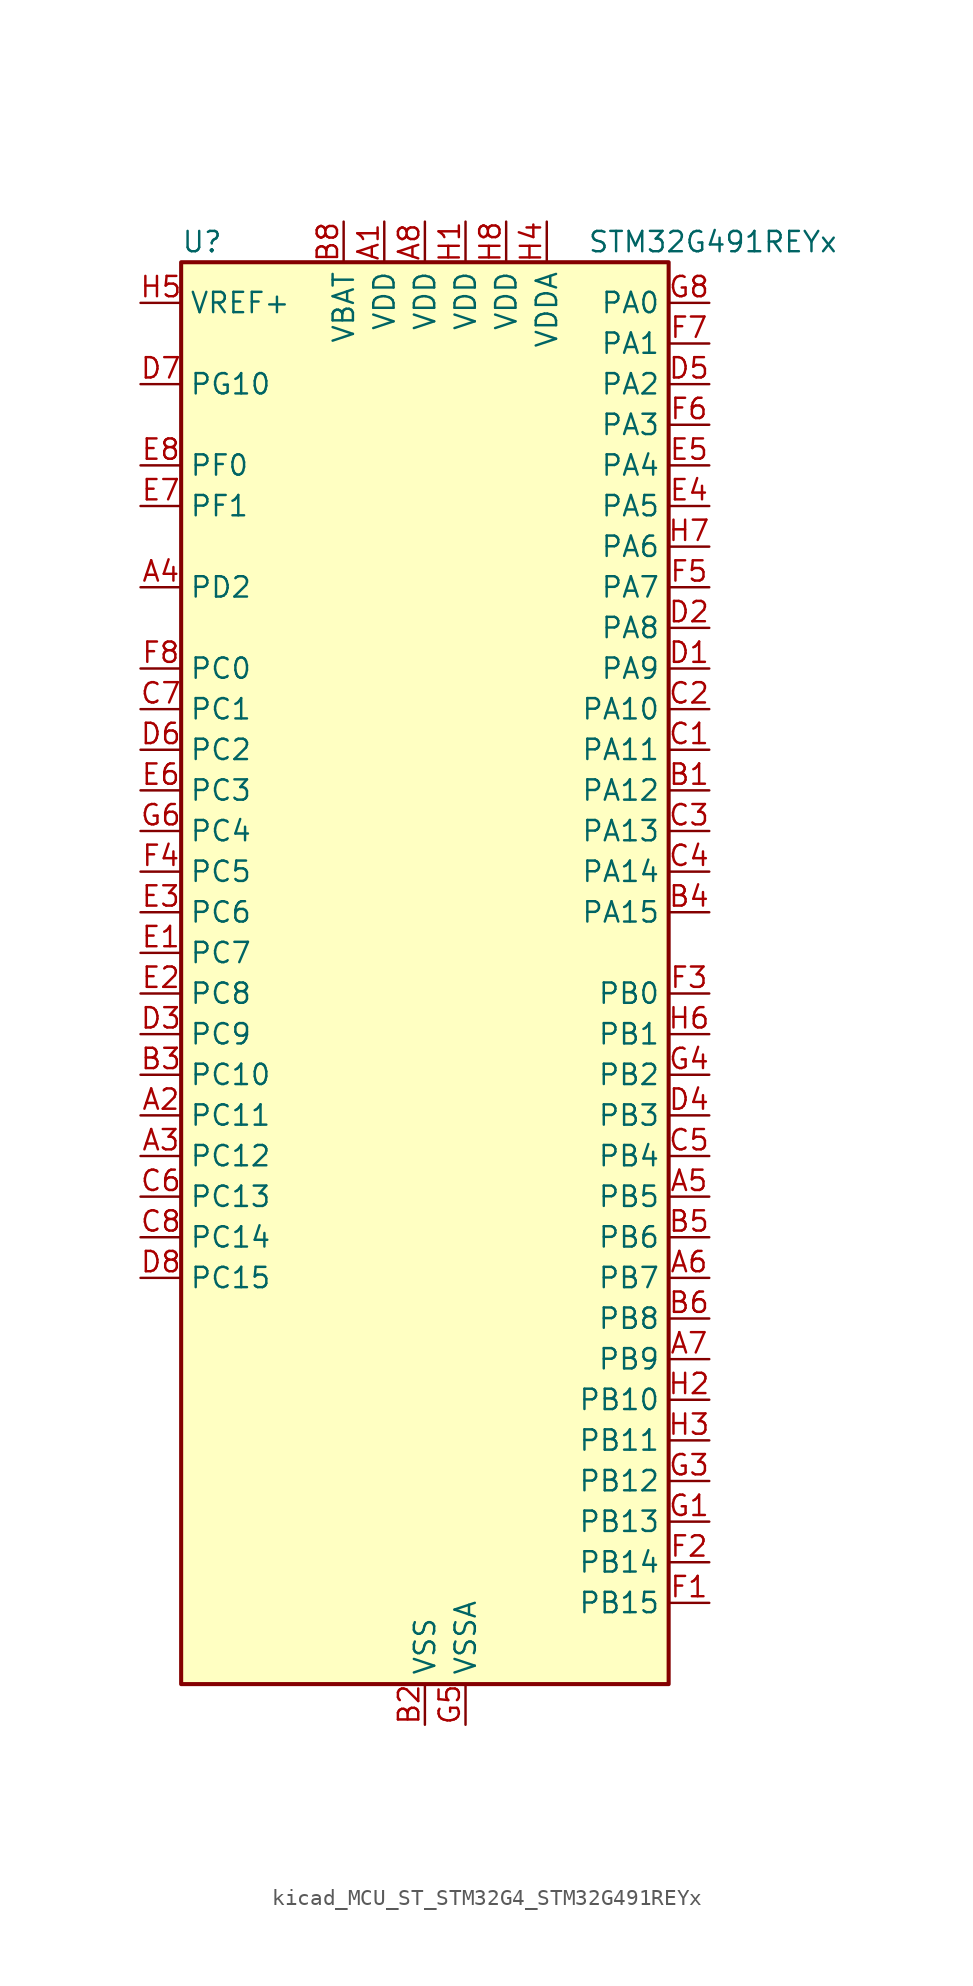
<source format=kicad_sym>
(kicad_symbol_lib
  (version 20220914)
  (generator kicad_symbol_editor)
  (symbol "kicad_MCU_ST_STM32G4_STM32G491REYx"
    (property "Reference" "U"
      (at -15.24 46.99 0)
      (effects (font (size 1.27 1.27)) (justify left)))
    (property "Value" "STM32G491REYx"
      (at 10.16 46.99 0)
      (effects (font (size 1.27 1.27)) (justify left)))
    (property "ki_locked" ""
      (at 0 0 0)
      (effects (font (size 1.27 1.27))))
    (symbol "kicad_MCU_ST_STM32G4_STM32G491REYx_0_1"
      (rectangle (start -15.24 -43.18) (end 15.24 45.72) (stroke (width 0.254) (type default)) (fill (type background))))
    (symbol "kicad_MCU_ST_STM32G4_STM32G491REYx_1_1"
      (pin power_in line (at -2.54 48.26 270) (length 2.54) (name "VDD" (effects (font (size 1.27 1.27)))) (number "A1" (effects (font (size 1.27 1.27)))))
      (pin bidirectional line (at -17.78 -7.62 0) (length 2.54) (name "PC11" (effects (font (size 1.27 1.27)))) (number "A2" (effects (font (size 1.27 1.27)))) (alternate "ADC1_EXTI11" bidirectional line) (alternate "ADC2_EXTI11" bidirectional line) (alternate "I2C3_SDA" bidirectional line) (alternate "SPI3_MISO" bidirectional line) (alternate "TIM8_CH2N" bidirectional line) (alternate "UART4_RX" bidirectional line) (alternate "USART3_RX" bidirectional line))
      (pin bidirectional line (at -17.78 -10.16 0) (length 2.54) (name "PC12" (effects (font (size 1.27 1.27)))) (number "A3" (effects (font (size 1.27 1.27)))) (alternate "I2S3_SD" bidirectional line) (alternate "SPI3_MOSI" bidirectional line) (alternate "TIM8_CH3N" bidirectional line) (alternate "UART5_TX" bidirectional line) (alternate "UCPD1_FRSTX1" bidirectional line) (alternate "UCPD1_FRSTX2" bidirectional line) (alternate "USART3_CK" bidirectional line))
      (pin bidirectional line (at -17.78 25.4 0) (length 2.54) (name "PD2" (effects (font (size 1.27 1.27)))) (number "A4" (effects (font (size 1.27 1.27)))) (alternate "ADC3_EXTI2" bidirectional line) (alternate "TIM3_ETR" bidirectional line) (alternate "TIM8_BKIN" bidirectional line) (alternate "UART5_RX" bidirectional line))
      (pin bidirectional line (at 17.78 -12.7 180) (length 2.54) (name "PB5" (effects (font (size 1.27 1.27)))) (number "A5" (effects (font (size 1.27 1.27)))) (alternate "FDCAN2_RX" bidirectional line) (alternate "I2C1_SMBA" bidirectional line) (alternate "I2C3_SDA" bidirectional line) (alternate "I2S3_SD" bidirectional line) (alternate "LPTIM1_IN1" bidirectional line) (alternate "SAI1_SD_B" bidirectional line) (alternate "SPI1_MOSI" bidirectional line) (alternate "SPI3_MOSI" bidirectional line) (alternate "TIM16_BKIN" bidirectional line) (alternate "TIM17_CH1" bidirectional line) (alternate "TIM3_CH2" bidirectional line) (alternate "TIM8_CH3N" bidirectional line) (alternate "UART5_CTS" bidirectional line) (alternate "USART2_CK" bidirectional line))
      (pin bidirectional line (at 17.78 -17.78 180) (length 2.54) (name "PB7" (effects (font (size 1.27 1.27)))) (number "A6" (effects (font (size 1.27 1.27)))) (alternate "COMP3_OUT" bidirectional line) (alternate "I2C1_SDA" bidirectional line) (alternate "LPTIM1_IN2" bidirectional line) (alternate "SYS_PVD_IN" bidirectional line) (alternate "TIM17_CH1N" bidirectional line) (alternate "TIM3_CH4" bidirectional line) (alternate "TIM4_CH2" bidirectional line) (alternate "TIM8_BKIN" bidirectional line) (alternate "UART4_CTS" bidirectional line) (alternate "USART1_RX" bidirectional line))
      (pin bidirectional line (at 17.78 -22.86 180) (length 2.54) (name "PB9" (effects (font (size 1.27 1.27)))) (number "A7" (effects (font (size 1.27 1.27)))) (alternate "COMP2_OUT" bidirectional line) (alternate "DAC1_EXTI9" bidirectional line) (alternate "DAC3_EXTI9" bidirectional line) (alternate "FDCAN1_TX" bidirectional line) (alternate "I2C1_SDA" bidirectional line) (alternate "IR_OUT" bidirectional line) (alternate "SAI1_D2" bidirectional line) (alternate "SAI1_FS_A" bidirectional line) (alternate "TIM17_CH1" bidirectional line) (alternate "TIM1_CH3N" bidirectional line) (alternate "TIM4_CH4" bidirectional line) (alternate "TIM8_CH3" bidirectional line) (alternate "USART3_TX" bidirectional line))
      (pin power_in line (at 0 48.26 270) (length 2.54) (name "VDD" (effects (font (size 1.27 1.27)))) (number "A8" (effects (font (size 1.27 1.27)))))
      (pin bidirectional line (at 17.78 12.7 180) (length 2.54) (name "PA12" (effects (font (size 1.27 1.27)))) (number "B1" (effects (font (size 1.27 1.27)))) (alternate "COMP2_OUT" bidirectional line) (alternate "FDCAN1_TX" bidirectional line) (alternate "I2S_CKIN" bidirectional line) (alternate "TIM16_CH1" bidirectional line) (alternate "TIM1_CH2N" bidirectional line) (alternate "TIM1_ETR" bidirectional line) (alternate "TIM4_CH2" bidirectional line) (alternate "USART1_DE" bidirectional line) (alternate "USART1_RTS" bidirectional line) (alternate "USB_DP" bidirectional line))
      (pin power_in line (at 0 -45.72 90) (length 2.54) (name "VSS" (effects (font (size 1.27 1.27)))) (number "B2" (effects (font (size 1.27 1.27)))))
      (pin bidirectional line (at -17.78 -5.08 0) (length 2.54) (name "PC10" (effects (font (size 1.27 1.27)))) (number "B3" (effects (font (size 1.27 1.27)))) (alternate "DAC1_EXTI10" bidirectional line) (alternate "DAC3_EXTI10" bidirectional line) (alternate "I2S3_CK" bidirectional line) (alternate "SPI3_SCK" bidirectional line) (alternate "TIM8_CH1N" bidirectional line) (alternate "UART4_TX" bidirectional line) (alternate "USART3_TX" bidirectional line))
      (pin bidirectional line (at 17.78 5.08 180) (length 2.54) (name "PA15" (effects (font (size 1.27 1.27)))) (number "B4" (effects (font (size 1.27 1.27)))) (alternate "ADC1_EXTI15" bidirectional line) (alternate "ADC2_EXTI15" bidirectional line) (alternate "I2C1_SCL" bidirectional line) (alternate "I2S3_WS" bidirectional line) (alternate "SPI1_NSS" bidirectional line) (alternate "SPI3_NSS" bidirectional line) (alternate "SYS_JTDI" bidirectional line) (alternate "TIM1_BKIN" bidirectional line) (alternate "TIM20_ETR" bidirectional line) (alternate "TIM2_CH1" bidirectional line) (alternate "TIM2_ETR" bidirectional line) (alternate "TIM8_CH1" bidirectional line) (alternate "UART4_DE" bidirectional line) (alternate "UART4_RTS" bidirectional line) (alternate "USART2_RX" bidirectional line))
      (pin bidirectional line (at 17.78 -15.24 180) (length 2.54) (name "PB6" (effects (font (size 1.27 1.27)))) (number "B5" (effects (font (size 1.27 1.27)))) (alternate "COMP4_OUT" bidirectional line) (alternate "FDCAN2_TX" bidirectional line) (alternate "LPTIM1_ETR" bidirectional line) (alternate "SAI1_FS_B" bidirectional line) (alternate "TIM16_CH1N" bidirectional line) (alternate "TIM4_CH1" bidirectional line) (alternate "TIM8_BKIN2" bidirectional line) (alternate "TIM8_CH1" bidirectional line) (alternate "TIM8_ETR" bidirectional line) (alternate "UCPD1_CC1" bidirectional line) (alternate "USART1_TX" bidirectional line))
      (pin bidirectional line (at 17.78 -20.32 180) (length 2.54) (name "PB8" (effects (font (size 1.27 1.27)))) (number "B6" (effects (font (size 1.27 1.27)))) (alternate "COMP1_OUT" bidirectional line) (alternate "FDCAN1_RX" bidirectional line) (alternate "I2C1_SCL" bidirectional line) (alternate "SAI1_CK1" bidirectional line) (alternate "SAI1_MCLK_A" bidirectional line) (alternate "TIM16_CH1" bidirectional line) (alternate "TIM1_BKIN" bidirectional line) (alternate "TIM4_CH3" bidirectional line) (alternate "TIM8_CH2" bidirectional line) (alternate "USART3_RX" bidirectional line))
      (pin passive line (at 0 -45.72 90) (length 2.54) hide (name "VSS" (effects (font (size 1.27 1.27)))) (number "B7" (effects (font (size 1.27 1.27)))))
      (pin power_in line (at -5.08 48.26 270) (length 2.54) (name "VBAT" (effects (font (size 1.27 1.27)))) (number "B8" (effects (font (size 1.27 1.27)))))
      (pin bidirectional line (at 17.78 15.24 180) (length 2.54) (name "PA11" (effects (font (size 1.27 1.27)))) (number "C1" (effects (font (size 1.27 1.27)))) (alternate "ADC1_EXTI11" bidirectional line) (alternate "ADC2_EXTI11" bidirectional line) (alternate "COMP1_OUT" bidirectional line) (alternate "FDCAN1_RX" bidirectional line) (alternate "I2S2_SD" bidirectional line) (alternate "SPI2_MOSI" bidirectional line) (alternate "TIM1_BKIN2" bidirectional line) (alternate "TIM1_CH1N" bidirectional line) (alternate "TIM1_CH4" bidirectional line) (alternate "TIM4_CH1" bidirectional line) (alternate "USART1_CTS" bidirectional line) (alternate "USART1_NSS" bidirectional line) (alternate "USB_DM" bidirectional line))
      (pin bidirectional line (at 17.78 17.78 180) (length 2.54) (name "PA10" (effects (font (size 1.27 1.27)))) (number "C2" (effects (font (size 1.27 1.27)))) (alternate "CRS_SYNC" bidirectional line) (alternate "DAC1_EXTI10" bidirectional line) (alternate "DAC3_EXTI10" bidirectional line) (alternate "I2C2_SMBA" bidirectional line) (alternate "SAI1_D1" bidirectional line) (alternate "SAI1_SD_A" bidirectional line) (alternate "SPI2_MISO" bidirectional line) (alternate "TIM17_BKIN" bidirectional line) (alternate "TIM1_CH3" bidirectional line) (alternate "TIM2_CH4" bidirectional line) (alternate "TIM8_BKIN" bidirectional line) (alternate "UCPD1_DBCC2" bidirectional line) (alternate "USART1_RX" bidirectional line))
      (pin bidirectional line (at 17.78 10.16 180) (length 2.54) (name "PA13" (effects (font (size 1.27 1.27)))) (number "C3" (effects (font (size 1.27 1.27)))) (alternate "I2C1_SCL" bidirectional line) (alternate "IR_OUT" bidirectional line) (alternate "SAI1_SD_B" bidirectional line) (alternate "SYS_JTMS-SWDIO" bidirectional line) (alternate "TIM16_CH1N" bidirectional line) (alternate "TIM4_CH3" bidirectional line) (alternate "USART3_CTS" bidirectional line) (alternate "USART3_NSS" bidirectional line))
      (pin bidirectional line (at 17.78 7.62 180) (length 2.54) (name "PA14" (effects (font (size 1.27 1.27)))) (number "C4" (effects (font (size 1.27 1.27)))) (alternate "I2C1_SDA" bidirectional line) (alternate "LPTIM1_OUT" bidirectional line) (alternate "SAI1_FS_B" bidirectional line) (alternate "SYS_JTCK-SWCLK" bidirectional line) (alternate "TIM1_BKIN" bidirectional line) (alternate "TIM8_CH2" bidirectional line) (alternate "USART2_TX" bidirectional line))
      (pin bidirectional line (at 17.78 -10.16 180) (length 2.54) (name "PB4" (effects (font (size 1.27 1.27)))) (number "C5" (effects (font (size 1.27 1.27)))) (alternate "SAI1_MCLK_B" bidirectional line) (alternate "SPI1_MISO" bidirectional line) (alternate "SPI3_MISO" bidirectional line) (alternate "SYS_JTRST" bidirectional line) (alternate "TIM16_CH1" bidirectional line) (alternate "TIM17_BKIN" bidirectional line) (alternate "TIM3_CH1" bidirectional line) (alternate "TIM8_CH2N" bidirectional line) (alternate "UART5_DE" bidirectional line) (alternate "UART5_RTS" bidirectional line) (alternate "UCPD1_CC2" bidirectional line) (alternate "USART2_RX" bidirectional line))
      (pin bidirectional line (at -17.78 -12.7 0) (length 2.54) (name "PC13" (effects (font (size 1.27 1.27)))) (number "C6" (effects (font (size 1.27 1.27)))) (alternate "RTC_OUT1" bidirectional line) (alternate "RTC_TAMP1" bidirectional line) (alternate "RTC_TS" bidirectional line) (alternate "SYS_WKUP2" bidirectional line) (alternate "TIM1_BKIN" bidirectional line) (alternate "TIM1_CH1N" bidirectional line) (alternate "TIM8_CH4N" bidirectional line))
      (pin bidirectional line (at -17.78 17.78 0) (length 2.54) (name "PC1" (effects (font (size 1.27 1.27)))) (number "C7" (effects (font (size 1.27 1.27)))) (alternate "ADC1_IN7" bidirectional line) (alternate "ADC2_IN7" bidirectional line) (alternate "COMP3_INP" bidirectional line) (alternate "LPTIM1_OUT" bidirectional line) (alternate "LPUART1_TX" bidirectional line) (alternate "QUADSPI1_BK2_IO0" bidirectional line) (alternate "SAI1_SD_A" bidirectional line) (alternate "TIM1_CH2" bidirectional line))
      (pin bidirectional line (at -17.78 -15.24 0) (length 2.54) (name "PC14" (effects (font (size 1.27 1.27)))) (number "C8" (effects (font (size 1.27 1.27)))) (alternate "RCC_OSC32_IN" bidirectional line))
      (pin bidirectional line (at 17.78 20.32 180) (length 2.54) (name "PA9" (effects (font (size 1.27 1.27)))) (number "D1" (effects (font (size 1.27 1.27)))) (alternate "DAC1_EXTI9" bidirectional line) (alternate "DAC3_EXTI9" bidirectional line) (alternate "I2C2_SCL" bidirectional line) (alternate "I2C3_SMBA" bidirectional line) (alternate "I2S3_MCK" bidirectional line) (alternate "SAI1_FS_A" bidirectional line) (alternate "TIM15_BKIN" bidirectional line) (alternate "TIM1_CH2" bidirectional line) (alternate "TIM2_CH3" bidirectional line) (alternate "UCPD1_DBCC1" bidirectional line) (alternate "USART1_TX" bidirectional line))
      (pin bidirectional line (at 17.78 22.86 180) (length 2.54) (name "PA8" (effects (font (size 1.27 1.27)))) (number "D2" (effects (font (size 1.27 1.27)))) (alternate "I2C2_SDA" bidirectional line) (alternate "I2C3_SCL" bidirectional line) (alternate "I2S2_MCK" bidirectional line) (alternate "RCC_MCO" bidirectional line) (alternate "SAI1_CK2" bidirectional line) (alternate "SAI1_SCK_A" bidirectional line) (alternate "TIM1_CH1" bidirectional line) (alternate "TIM4_ETR" bidirectional line) (alternate "USART1_CK" bidirectional line))
      (pin bidirectional line (at -17.78 -2.54 0) (length 2.54) (name "PC9" (effects (font (size 1.27 1.27)))) (number "D3" (effects (font (size 1.27 1.27)))) (alternate "DAC1_EXTI9" bidirectional line) (alternate "DAC3_EXTI9" bidirectional line) (alternate "I2C3_SDA" bidirectional line) (alternate "I2S_CKIN" bidirectional line) (alternate "TIM3_CH4" bidirectional line) (alternate "TIM8_BKIN2" bidirectional line) (alternate "TIM8_CH4" bidirectional line))
      (pin bidirectional line (at 17.78 -7.62 180) (length 2.54) (name "PB3" (effects (font (size 1.27 1.27)))) (number "D4" (effects (font (size 1.27 1.27)))) (alternate "ADC3_EXTI3" bidirectional line) (alternate "CRS_SYNC" bidirectional line) (alternate "I2S3_CK" bidirectional line) (alternate "SAI1_SCK_B" bidirectional line) (alternate "SPI1_SCK" bidirectional line) (alternate "SPI3_SCK" bidirectional line) (alternate "SYS_JTDO-SWO" bidirectional line) (alternate "TIM2_CH2" bidirectional line) (alternate "TIM3_ETR" bidirectional line) (alternate "TIM4_ETR" bidirectional line) (alternate "TIM8_CH1N" bidirectional line) (alternate "USART2_TX" bidirectional line))
      (pin bidirectional line (at 17.78 38.1 180) (length 2.54) (name "PA2" (effects (font (size 1.27 1.27)))) (number "D5" (effects (font (size 1.27 1.27)))) (alternate "ADC1_IN3" bidirectional line) (alternate "ADC3_EXTI2" bidirectional line) (alternate "COMP2_INM" bidirectional line) (alternate "COMP2_OUT" bidirectional line) (alternate "LPUART1_TX" bidirectional line) (alternate "OPAMP1_VOUT" bidirectional line) (alternate "QUADSPI1_BK1_NCS" bidirectional line) (alternate "RCC_LSCO" bidirectional line) (alternate "SYS_WKUP4" bidirectional line) (alternate "TIM15_CH1" bidirectional line) (alternate "TIM2_CH3" bidirectional line) (alternate "UCPD1_FRSTX1" bidirectional line) (alternate "UCPD1_FRSTX2" bidirectional line) (alternate "USART2_TX" bidirectional line))
      (pin bidirectional line (at -17.78 15.24 0) (length 2.54) (name "PC2" (effects (font (size 1.27 1.27)))) (number "D6" (effects (font (size 1.27 1.27)))) (alternate "ADC1_IN8" bidirectional line) (alternate "ADC2_IN8" bidirectional line) (alternate "ADC3_EXTI2" bidirectional line) (alternate "COMP3_OUT" bidirectional line) (alternate "LPTIM1_IN2" bidirectional line) (alternate "QUADSPI1_BK2_IO1" bidirectional line) (alternate "TIM1_CH3" bidirectional line) (alternate "TIM20_CH2" bidirectional line))
      (pin bidirectional line (at -17.78 38.1 0) (length 2.54) (name "PG10" (effects (font (size 1.27 1.27)))) (number "D7" (effects (font (size 1.27 1.27)))) (alternate "DAC1_EXTI10" bidirectional line) (alternate "DAC3_EXTI10" bidirectional line) (alternate "RCC_MCO" bidirectional line))
      (pin bidirectional line (at -17.78 -17.78 0) (length 2.54) (name "PC15" (effects (font (size 1.27 1.27)))) (number "D8" (effects (font (size 1.27 1.27)))) (alternate "ADC1_EXTI15" bidirectional line) (alternate "ADC2_EXTI15" bidirectional line) (alternate "RCC_OSC32_OUT" bidirectional line))
      (pin bidirectional line (at -17.78 2.54 0) (length 2.54) (name "PC7" (effects (font (size 1.27 1.27)))) (number "E1" (effects (font (size 1.27 1.27)))) (alternate "I2S3_MCK" bidirectional line) (alternate "TIM3_CH2" bidirectional line) (alternate "TIM8_CH2" bidirectional line))
      (pin bidirectional line (at -17.78 0 0) (length 2.54) (name "PC8" (effects (font (size 1.27 1.27)))) (number "E2" (effects (font (size 1.27 1.27)))) (alternate "I2C3_SCL" bidirectional line) (alternate "TIM20_CH3" bidirectional line) (alternate "TIM3_CH3" bidirectional line) (alternate "TIM8_CH3" bidirectional line))
      (pin bidirectional line (at -17.78 5.08 0) (length 2.54) (name "PC6" (effects (font (size 1.27 1.27)))) (number "E3" (effects (font (size 1.27 1.27)))) (alternate "I2S2_MCK" bidirectional line) (alternate "TIM3_CH1" bidirectional line) (alternate "TIM8_CH1" bidirectional line))
      (pin bidirectional line (at 17.78 30.48 180) (length 2.54) (name "PA5" (effects (font (size 1.27 1.27)))) (number "E4" (effects (font (size 1.27 1.27)))) (alternate "ADC2_IN13" bidirectional line) (alternate "COMP2_INM" bidirectional line) (alternate "DAC1_OUT2" bidirectional line) (alternate "OPAMP2_VINM" bidirectional line) (alternate "OPAMP2_VINM0" bidirectional line) (alternate "OPAMP2_VINM_SEC" bidirectional line) (alternate "SPI1_SCK" bidirectional line) (alternate "TIM2_CH1" bidirectional line) (alternate "TIM2_ETR" bidirectional line) (alternate "UCPD1_FRSTX1" bidirectional line) (alternate "UCPD1_FRSTX2" bidirectional line))
      (pin bidirectional line (at 17.78 33.02 180) (length 2.54) (name "PA4" (effects (font (size 1.27 1.27)))) (number "E5" (effects (font (size 1.27 1.27)))) (alternate "ADC2_IN17" bidirectional line) (alternate "COMP1_INM" bidirectional line) (alternate "DAC1_OUT1" bidirectional line) (alternate "I2S3_WS" bidirectional line) (alternate "SAI1_FS_B" bidirectional line) (alternate "SPI1_NSS" bidirectional line) (alternate "SPI3_NSS" bidirectional line) (alternate "TIM3_CH2" bidirectional line) (alternate "USART2_CK" bidirectional line))
      (pin bidirectional line (at -17.78 12.7 0) (length 2.54) (name "PC3" (effects (font (size 1.27 1.27)))) (number "E6" (effects (font (size 1.27 1.27)))) (alternate "ADC1_IN9" bidirectional line) (alternate "ADC2_IN9" bidirectional line) (alternate "ADC3_EXTI3" bidirectional line) (alternate "LPTIM1_ETR" bidirectional line) (alternate "QUADSPI1_BK2_IO2" bidirectional line) (alternate "SAI1_D1" bidirectional line) (alternate "SAI1_SD_A" bidirectional line) (alternate "TIM1_BKIN2" bidirectional line) (alternate "TIM1_CH4" bidirectional line))
      (pin bidirectional line (at -17.78 30.48 0) (length 2.54) (name "PF1" (effects (font (size 1.27 1.27)))) (number "E7" (effects (font (size 1.27 1.27)))) (alternate "ADC2_IN10" bidirectional line) (alternate "COMP3_INM" bidirectional line) (alternate "I2S2_CK" bidirectional line) (alternate "RCC_OSC_OUT" bidirectional line) (alternate "SPI2_SCK" bidirectional line))
      (pin bidirectional line (at -17.78 33.02 0) (length 2.54) (name "PF0" (effects (font (size 1.27 1.27)))) (number "E8" (effects (font (size 1.27 1.27)))) (alternate "ADC1_IN10" bidirectional line) (alternate "I2C2_SDA" bidirectional line) (alternate "I2S2_WS" bidirectional line) (alternate "RCC_OSC_IN" bidirectional line) (alternate "SPI2_NSS" bidirectional line) (alternate "TIM1_CH3N" bidirectional line))
      (pin bidirectional line (at 17.78 -38.1 180) (length 2.54) (name "PB15" (effects (font (size 1.27 1.27)))) (number "F1" (effects (font (size 1.27 1.27)))) (alternate "ADC1_EXTI15" bidirectional line) (alternate "ADC2_EXTI15" bidirectional line) (alternate "ADC2_IN15" bidirectional line) (alternate "COMP3_OUT" bidirectional line) (alternate "I2S2_SD" bidirectional line) (alternate "RTC_REFIN" bidirectional line) (alternate "SPI2_MOSI" bidirectional line) (alternate "TIM15_CH1N" bidirectional line) (alternate "TIM15_CH2" bidirectional line) (alternate "TIM1_CH3N" bidirectional line))
      (pin bidirectional line (at 17.78 -35.56 180) (length 2.54) (name "PB14" (effects (font (size 1.27 1.27)))) (number "F2" (effects (font (size 1.27 1.27)))) (alternate "ADC1_IN5" bidirectional line) (alternate "COMP4_OUT" bidirectional line) (alternate "OPAMP2_VINP" bidirectional line) (alternate "OPAMP2_VINP_SEC" bidirectional line) (alternate "SPI2_MISO" bidirectional line) (alternate "TIM15_CH1" bidirectional line) (alternate "TIM1_CH2N" bidirectional line) (alternate "USART3_DE" bidirectional line) (alternate "USART3_RTS" bidirectional line))
      (pin bidirectional line (at 17.78 0 180) (length 2.54) (name "PB0" (effects (font (size 1.27 1.27)))) (number "F3" (effects (font (size 1.27 1.27)))) (alternate "ADC1_IN15" bidirectional line) (alternate "ADC3_IN12" bidirectional line) (alternate "COMP4_INP" bidirectional line) (alternate "OPAMP2_VINP" bidirectional line) (alternate "OPAMP2_VINP_SEC" bidirectional line) (alternate "OPAMP3_VINP" bidirectional line) (alternate "OPAMP3_VINP_SEC" bidirectional line) (alternate "QUADSPI1_BK1_IO1" bidirectional line) (alternate "TIM1_CH2N" bidirectional line) (alternate "TIM3_CH3" bidirectional line) (alternate "TIM8_CH2N" bidirectional line) (alternate "UCPD1_FRSTX1" bidirectional line) (alternate "UCPD1_FRSTX2" bidirectional line))
      (pin bidirectional line (at -17.78 7.62 0) (length 2.54) (name "PC5" (effects (font (size 1.27 1.27)))) (number "F4" (effects (font (size 1.27 1.27)))) (alternate "ADC2_IN11" bidirectional line) (alternate "OPAMP1_VINM" bidirectional line) (alternate "OPAMP1_VINM1" bidirectional line) (alternate "OPAMP1_VINM_SEC" bidirectional line) (alternate "OPAMP2_VINM" bidirectional line) (alternate "OPAMP2_VINM1" bidirectional line) (alternate "OPAMP2_VINM_SEC" bidirectional line) (alternate "SAI1_D3" bidirectional line) (alternate "SYS_WKUP5" bidirectional line) (alternate "TIM15_BKIN" bidirectional line) (alternate "TIM1_CH4N" bidirectional line) (alternate "USART1_RX" bidirectional line))
      (pin bidirectional line (at 17.78 25.4 180) (length 2.54) (name "PA7" (effects (font (size 1.27 1.27)))) (number "F5" (effects (font (size 1.27 1.27)))) (alternate "ADC2_IN4" bidirectional line) (alternate "COMP2_INP" bidirectional line) (alternate "COMP2_OUT" bidirectional line) (alternate "OPAMP1_VINP" bidirectional line) (alternate "OPAMP1_VINP_SEC" bidirectional line) (alternate "OPAMP2_VINP" bidirectional line) (alternate "OPAMP2_VINP_SEC" bidirectional line) (alternate "QUADSPI1_BK1_IO2" bidirectional line) (alternate "SPI1_MOSI" bidirectional line) (alternate "TIM17_CH1" bidirectional line) (alternate "TIM1_CH1N" bidirectional line) (alternate "TIM3_CH2" bidirectional line) (alternate "TIM8_CH1N" bidirectional line) (alternate "UCPD1_FRSTX1" bidirectional line) (alternate "UCPD1_FRSTX2" bidirectional line))
      (pin bidirectional line (at 17.78 35.56 180) (length 2.54) (name "PA3" (effects (font (size 1.27 1.27)))) (number "F6" (effects (font (size 1.27 1.27)))) (alternate "ADC1_IN4" bidirectional line) (alternate "ADC3_EXTI3" bidirectional line) (alternate "COMP2_INP" bidirectional line) (alternate "LPUART1_RX" bidirectional line) (alternate "OPAMP1_VINM" bidirectional line) (alternate "OPAMP1_VINM0" bidirectional line) (alternate "OPAMP1_VINM_SEC" bidirectional line) (alternate "OPAMP1_VINP" bidirectional line) (alternate "OPAMP1_VINP_SEC" bidirectional line) (alternate "QUADSPI1_CLK" bidirectional line) (alternate "SAI1_CK1" bidirectional line) (alternate "SAI1_MCLK_A" bidirectional line) (alternate "TIM15_CH2" bidirectional line) (alternate "TIM2_CH4" bidirectional line) (alternate "USART2_RX" bidirectional line))
      (pin bidirectional line (at 17.78 40.64 180) (length 2.54) (name "PA1" (effects (font (size 1.27 1.27)))) (number "F7" (effects (font (size 1.27 1.27)))) (alternate "ADC1_IN2" bidirectional line) (alternate "ADC2_IN2" bidirectional line) (alternate "COMP1_INP" bidirectional line) (alternate "OPAMP1_VINP" bidirectional line) (alternate "OPAMP1_VINP_SEC" bidirectional line) (alternate "OPAMP3_VINP" bidirectional line) (alternate "OPAMP3_VINP_SEC" bidirectional line) (alternate "OPAMP6_VINM" bidirectional line) (alternate "OPAMP6_VINM0" bidirectional line) (alternate "OPAMP6_VINM_SEC" bidirectional line) (alternate "RTC_REFIN" bidirectional line) (alternate "TIM15_CH1N" bidirectional line) (alternate "TIM2_CH2" bidirectional line) (alternate "USART2_DE" bidirectional line) (alternate "USART2_RTS" bidirectional line))
      (pin bidirectional line (at -17.78 20.32 0) (length 2.54) (name "PC0" (effects (font (size 1.27 1.27)))) (number "F8" (effects (font (size 1.27 1.27)))) (alternate "ADC1_IN6" bidirectional line) (alternate "ADC2_IN6" bidirectional line) (alternate "COMP3_INM" bidirectional line) (alternate "LPTIM1_IN1" bidirectional line) (alternate "LPUART1_RX" bidirectional line) (alternate "TIM1_CH1" bidirectional line))
      (pin bidirectional line (at 17.78 -33.02 180) (length 2.54) (name "PB13" (effects (font (size 1.27 1.27)))) (number "G1" (effects (font (size 1.27 1.27)))) (alternate "ADC3_IN5" bidirectional line) (alternate "FDCAN2_TX" bidirectional line) (alternate "I2S2_CK" bidirectional line) (alternate "LPUART1_CTS" bidirectional line) (alternate "OPAMP3_VINP" bidirectional line) (alternate "OPAMP3_VINP_SEC" bidirectional line) (alternate "OPAMP6_VINP" bidirectional line) (alternate "OPAMP6_VINP_SEC" bidirectional line) (alternate "SPI2_SCK" bidirectional line) (alternate "TIM1_CH1N" bidirectional line) (alternate "USART3_CTS" bidirectional line) (alternate "USART3_NSS" bidirectional line))
      (pin passive line (at 0 -45.72 90) (length 2.54) hide (name "VSS" (effects (font (size 1.27 1.27)))) (number "G2" (effects (font (size 1.27 1.27)))))
      (pin bidirectional line (at 17.78 -30.48 180) (length 2.54) (name "PB12" (effects (font (size 1.27 1.27)))) (number "G3" (effects (font (size 1.27 1.27)))) (alternate "ADC1_IN11" bidirectional line) (alternate "FDCAN2_RX" bidirectional line) (alternate "I2C2_SMBA" bidirectional line) (alternate "I2S2_WS" bidirectional line) (alternate "LPUART1_DE" bidirectional line) (alternate "LPUART1_RTS" bidirectional line) (alternate "OPAMP6_VINP" bidirectional line) (alternate "OPAMP6_VINP_SEC" bidirectional line) (alternate "SPI2_NSS" bidirectional line) (alternate "TIM1_BKIN" bidirectional line) (alternate "USART3_CK" bidirectional line))
      (pin bidirectional line (at 17.78 -5.08 180) (length 2.54) (name "PB2" (effects (font (size 1.27 1.27)))) (number "G4" (effects (font (size 1.27 1.27)))) (alternate "ADC2_IN12" bidirectional line) (alternate "ADC3_EXTI2" bidirectional line) (alternate "COMP4_INM" bidirectional line) (alternate "I2C3_SMBA" bidirectional line) (alternate "LPTIM1_OUT" bidirectional line) (alternate "OPAMP3_VINM" bidirectional line) (alternate "OPAMP3_VINM0" bidirectional line) (alternate "OPAMP3_VINM_SEC" bidirectional line) (alternate "QUADSPI1_BK2_IO1" bidirectional line) (alternate "RTC_OUT2" bidirectional line) (alternate "TIM20_CH1" bidirectional line))
      (pin power_in line (at 2.54 -45.72 90) (length 2.54) (name "VSSA" (effects (font (size 1.27 1.27)))) (number "G5" (effects (font (size 1.27 1.27)))))
      (pin bidirectional line (at -17.78 10.16 0) (length 2.54) (name "PC4" (effects (font (size 1.27 1.27)))) (number "G6" (effects (font (size 1.27 1.27)))) (alternate "ADC2_IN5" bidirectional line) (alternate "I2C2_SCL" bidirectional line) (alternate "QUADSPI1_BK2_IO3" bidirectional line) (alternate "TIM1_ETR" bidirectional line) (alternate "USART1_TX" bidirectional line))
      (pin passive line (at 0 -45.72 90) (length 2.54) hide (name "VSS" (effects (font (size 1.27 1.27)))) (number "G7" (effects (font (size 1.27 1.27)))))
      (pin bidirectional line (at 17.78 43.18 180) (length 2.54) (name "PA0" (effects (font (size 1.27 1.27)))) (number "G8" (effects (font (size 1.27 1.27)))) (alternate "ADC1_IN1" bidirectional line) (alternate "ADC2_IN1" bidirectional line) (alternate "COMP1_INM" bidirectional line) (alternate "COMP1_OUT" bidirectional line) (alternate "COMP3_INP" bidirectional line) (alternate "RTC_TAMP2" bidirectional line) (alternate "SYS_WKUP1" bidirectional line) (alternate "TIM2_CH1" bidirectional line) (alternate "TIM2_ETR" bidirectional line) (alternate "TIM8_BKIN" bidirectional line) (alternate "TIM8_ETR" bidirectional line) (alternate "USART2_CTS" bidirectional line) (alternate "USART2_NSS" bidirectional line))
      (pin power_in line (at 2.54 48.26 270) (length 2.54) (name "VDD" (effects (font (size 1.27 1.27)))) (number "H1" (effects (font (size 1.27 1.27)))))
      (pin bidirectional line (at 17.78 -25.4 180) (length 2.54) (name "PB10" (effects (font (size 1.27 1.27)))) (number "H2" (effects (font (size 1.27 1.27)))) (alternate "DAC1_EXTI10" bidirectional line) (alternate "DAC3_EXTI10" bidirectional line) (alternate "LPUART1_RX" bidirectional line) (alternate "OPAMP3_VINM" bidirectional line) (alternate "OPAMP3_VINM1" bidirectional line) (alternate "OPAMP3_VINM_SEC" bidirectional line) (alternate "QUADSPI1_CLK" bidirectional line) (alternate "SAI1_SCK_A" bidirectional line) (alternate "TIM1_BKIN" bidirectional line) (alternate "TIM2_CH3" bidirectional line) (alternate "USART3_TX" bidirectional line))
      (pin bidirectional line (at 17.78 -27.94 180) (length 2.54) (name "PB11" (effects (font (size 1.27 1.27)))) (number "H3" (effects (font (size 1.27 1.27)))) (alternate "ADC1_EXTI11" bidirectional line) (alternate "ADC1_IN14" bidirectional line) (alternate "ADC2_EXTI11" bidirectional line) (alternate "ADC2_IN14" bidirectional line) (alternate "LPUART1_TX" bidirectional line) (alternate "OPAMP6_VOUT" bidirectional line) (alternate "QUADSPI1_BK1_NCS" bidirectional line) (alternate "TIM2_CH4" bidirectional line) (alternate "USART3_RX" bidirectional line))
      (pin power_in line (at 7.62 48.26 270) (length 2.54) (name "VDDA" (effects (font (size 1.27 1.27)))) (number "H4" (effects (font (size 1.27 1.27)))))
      (pin input line (at -17.78 43.18 0) (length 2.54) (name "VREF+" (effects (font (size 1.27 1.27)))) (number "H5" (effects (font (size 1.27 1.27)))) (alternate "VREFBUF_OUT" bidirectional line))
      (pin bidirectional line (at 17.78 -2.54 180) (length 2.54) (name "PB1" (effects (font (size 1.27 1.27)))) (number "H6" (effects (font (size 1.27 1.27)))) (alternate "ADC1_IN12" bidirectional line) (alternate "ADC3_IN1" bidirectional line) (alternate "COMP1_INP" bidirectional line) (alternate "COMP4_OUT" bidirectional line) (alternate "LPUART1_DE" bidirectional line) (alternate "LPUART1_RTS" bidirectional line) (alternate "OPAMP3_VOUT" bidirectional line) (alternate "OPAMP6_VINM" bidirectional line) (alternate "OPAMP6_VINM1" bidirectional line) (alternate "OPAMP6_VINM_SEC" bidirectional line) (alternate "QUADSPI1_BK1_IO0" bidirectional line) (alternate "TIM1_CH3N" bidirectional line) (alternate "TIM3_CH4" bidirectional line) (alternate "TIM8_CH3N" bidirectional line))
      (pin bidirectional line (at 17.78 27.94 180) (length 2.54) (name "PA6" (effects (font (size 1.27 1.27)))) (number "H7" (effects (font (size 1.27 1.27)))) (alternate "ADC2_IN3" bidirectional line) (alternate "COMP1_OUT" bidirectional line) (alternate "LPUART1_CTS" bidirectional line) (alternate "OPAMP2_VOUT" bidirectional line) (alternate "QUADSPI1_BK1_IO3" bidirectional line) (alternate "SPI1_MISO" bidirectional line) (alternate "TIM16_CH1" bidirectional line) (alternate "TIM1_BKIN" bidirectional line) (alternate "TIM3_CH1" bidirectional line) (alternate "TIM8_BKIN" bidirectional line))
      (pin power_in line (at 5.08 48.26 270) (length 2.54) (name "VDD" (effects (font (size 1.27 1.27)))) (number "H8" (effects (font (size 1.27 1.27))))))))
</source>
